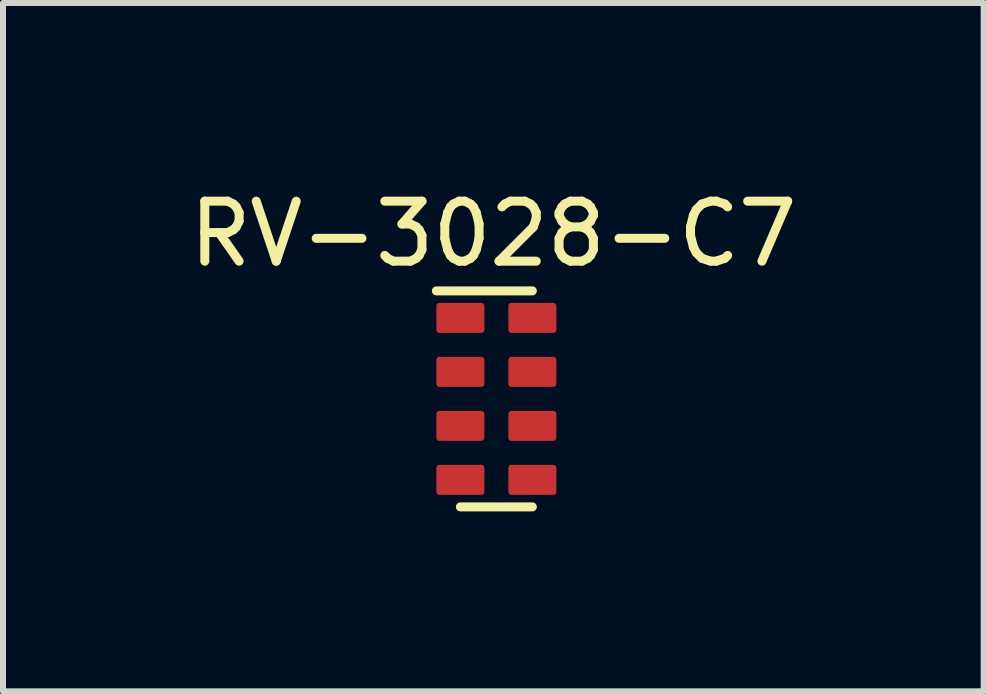
<source format=kicad_pcb>
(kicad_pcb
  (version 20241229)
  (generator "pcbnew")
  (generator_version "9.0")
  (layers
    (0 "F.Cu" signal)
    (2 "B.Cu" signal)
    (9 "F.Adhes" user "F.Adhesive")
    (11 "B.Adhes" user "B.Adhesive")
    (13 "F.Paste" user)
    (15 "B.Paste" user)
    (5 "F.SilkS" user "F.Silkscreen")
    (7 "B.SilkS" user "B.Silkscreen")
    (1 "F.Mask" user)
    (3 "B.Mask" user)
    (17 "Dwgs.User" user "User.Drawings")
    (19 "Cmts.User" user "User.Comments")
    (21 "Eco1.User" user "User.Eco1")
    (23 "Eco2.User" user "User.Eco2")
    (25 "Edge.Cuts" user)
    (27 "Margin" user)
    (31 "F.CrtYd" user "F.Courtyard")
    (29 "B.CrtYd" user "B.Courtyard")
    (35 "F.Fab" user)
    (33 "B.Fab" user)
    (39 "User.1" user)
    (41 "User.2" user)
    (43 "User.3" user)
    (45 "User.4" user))
  (footprint "RV-3028-C7"
    (layer "F.Cu")
    (at 5.223 3.598)
    (property "Reference" "RV-3028-C7" (at -0.05 -2.75 0) (unlocked yes) (layer "F.SilkS") (effects (font (size 1 1) (thickness 0.15))))
    (attr smd)
    (fp_line (start -1 -1.8) (end 0.6 -1.8) (stroke (width 0.15) (type solid)) (layer "F.SilkS"))
    (fp_line (start -0.6 1.8) (end 0.6 1.8) (stroke (width 0.15) (type solid)) (layer "F.SilkS"))
    (pad "1" smd roundrect (at -0.6 -1.35) (size 0.8 0.5) (layers "F.Cu" "F.Mask" "F.Paste") (roundrect_rratio 0.1))
    (pad "2" smd roundrect (at -0.6 -0.45) (size 0.8 0.5) (layers "F.Cu" "F.Mask" "F.Paste") (roundrect_rratio 0.1))
    (pad "3" smd roundrect (at -0.6 0.45) (size 0.8 0.5) (layers "F.Cu" "F.Mask" "F.Paste") (roundrect_rratio 0.1))
    (pad "4" smd roundrect (at -0.6 1.35) (size 0.8 0.5) (layers "F.Cu" "F.Mask" "F.Paste") (roundrect_rratio 0.1))
    (pad "5" smd roundrect (at 0.6 1.35) (size 0.8 0.5) (layers "F.Cu" "F.Mask" "F.Paste") (roundrect_rratio 0.1))
    (pad "6" smd roundrect (at 0.6 0.45) (size 0.8 0.5) (layers "F.Cu" "F.Mask" "F.Paste") (roundrect_rratio 0.1))
    (pad "7" smd roundrect (at 0.6 -0.45) (size 0.8 0.5) (layers "F.Cu" "F.Mask" "F.Paste") (roundrect_rratio 0.1))
    (pad "8" smd roundrect (at 0.6 -1.35) (size 0.8 0.5) (layers "F.Cu" "F.Mask" "F.Paste") (roundrect_rratio 0.1)))
  (gr_rect
    (start -3 -3)
    (end 13.345 8.473)
    (stroke (width 0.1) (type default))
    (fill no)
    (layer "Edge.Cuts")))
</source>
